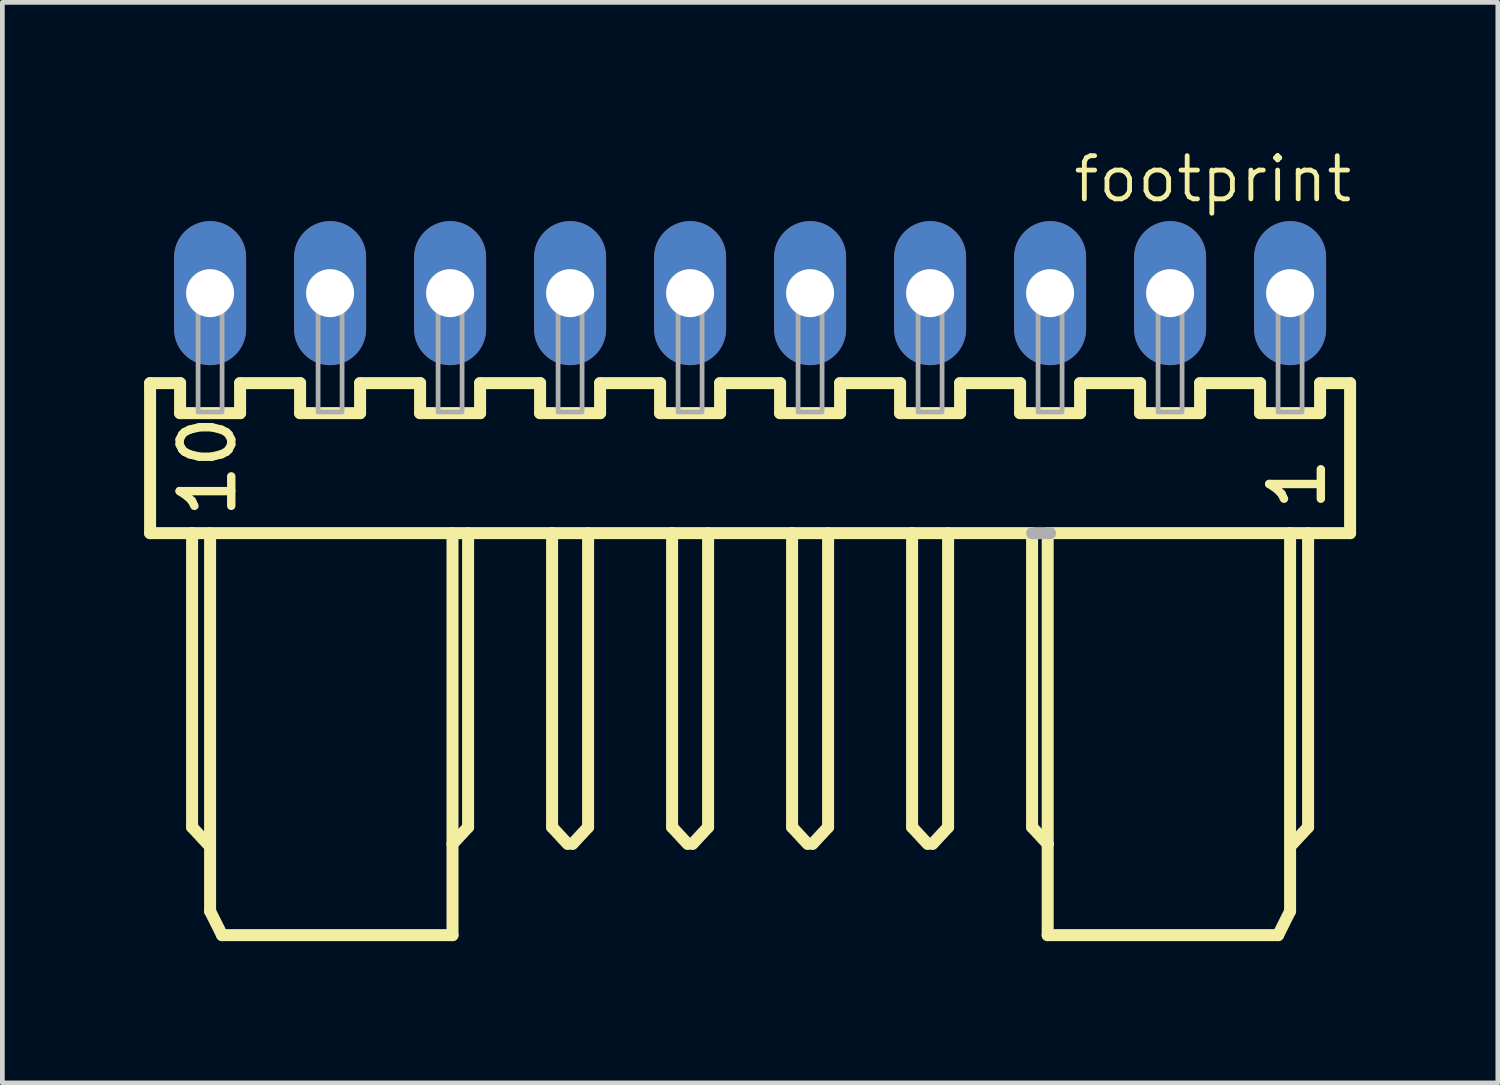
<source format=kicad_pcb>
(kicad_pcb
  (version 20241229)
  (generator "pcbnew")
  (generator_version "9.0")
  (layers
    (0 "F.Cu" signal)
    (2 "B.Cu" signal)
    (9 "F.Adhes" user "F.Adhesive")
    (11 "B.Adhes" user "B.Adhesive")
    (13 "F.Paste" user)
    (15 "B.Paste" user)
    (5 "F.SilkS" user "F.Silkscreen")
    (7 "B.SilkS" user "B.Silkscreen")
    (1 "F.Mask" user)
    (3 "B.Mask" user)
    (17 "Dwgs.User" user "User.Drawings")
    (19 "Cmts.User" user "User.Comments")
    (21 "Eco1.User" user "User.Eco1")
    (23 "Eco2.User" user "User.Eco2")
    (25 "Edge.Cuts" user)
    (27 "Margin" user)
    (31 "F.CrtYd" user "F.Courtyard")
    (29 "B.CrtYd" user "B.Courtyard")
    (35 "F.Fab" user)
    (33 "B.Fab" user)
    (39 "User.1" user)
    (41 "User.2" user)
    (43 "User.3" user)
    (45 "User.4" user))
  (footprint "footprint"
    (layer "F.Cu")
    (at 12.827 3.155)
    (property "Reference" "footprint" (at 12.8 -2.948 0) (layer "F.SilkS") (effects (font (size 0.914 0.914) (thickness 0.102)) (justify right top)))
    (fp_line (start -12.7 1.905) (end -12.7 5.08) (stroke (width 0.254) (type solid)) (layer "F.SilkS"))
    (fp_line (start -12.7 5.08) (end -11.811 5.08) (stroke (width 0.254) (type solid)) (layer "F.SilkS"))
    (fp_line (start -12.065 1.905) (end -12.7 1.905) (stroke (width 0.254) (type solid)) (layer "F.SilkS"))
    (fp_line (start -12.065 2.54) (end -12.065 1.905) (stroke (width 0.254) (type solid)) (layer "F.SilkS"))
    (fp_line (start -11.811 5.08) (end -11.811 11.303) (stroke (width 0.254) (type solid)) (layer "F.SilkS"))
    (fp_line (start -11.811 5.08) (end -4.191 5.08) (stroke (width 0.254) (type solid)) (layer "F.SilkS"))
    (fp_line (start -11.811 11.303) (end -11.481 11.659) (stroke (width 0.254) (type solid)) (layer "F.SilkS"))
    (fp_line (start -11.43 5.08) (end -11.43 13.081) (stroke (width 0.254) (type solid)) (layer "F.SilkS"))
    (fp_line (start -11.43 13.081) (end -11.176 13.589) (stroke (width 0.254) (type solid)) (layer "F.SilkS"))
    (fp_line (start -11.176 13.589) (end -6.299 13.589) (stroke (width 0.254) (type solid)) (layer "F.SilkS"))
    (fp_line (start -10.795 1.905) (end -10.795 2.54) (stroke (width 0.254) (type solid)) (layer "F.SilkS"))
    (fp_line (start -10.795 2.54) (end -12.065 2.54) (stroke (width 0.254) (type solid)) (layer "F.SilkS"))
    (fp_line (start -9.525 1.905) (end -10.795 1.905) (stroke (width 0.254) (type solid)) (layer "F.SilkS"))
    (fp_line (start -9.525 2.54) (end -9.525 1.905) (stroke (width 0.254) (type solid)) (layer "F.SilkS"))
    (fp_line (start -8.255 1.905) (end -8.255 2.54) (stroke (width 0.254) (type solid)) (layer "F.SilkS"))
    (fp_line (start -8.255 2.54) (end -9.525 2.54) (stroke (width 0.254) (type solid)) (layer "F.SilkS"))
    (fp_line (start -6.985 1.905) (end -8.255 1.905) (stroke (width 0.254) (type solid)) (layer "F.SilkS"))
    (fp_line (start -6.985 2.54) (end -6.985 1.905) (stroke (width 0.254) (type solid)) (layer "F.SilkS"))
    (fp_line (start -6.299 13.589) (end -6.299 5.08) (stroke (width 0.254) (type solid)) (layer "F.SilkS"))
    (fp_line (start -5.969 5.08) (end -5.969 11.303) (stroke (width 0.254) (type solid)) (layer "F.SilkS"))
    (fp_line (start -5.969 11.303) (end -6.299 11.659) (stroke (width 0.254) (type solid)) (layer "F.SilkS"))
    (fp_line (start -5.715 1.905) (end -5.715 2.54) (stroke (width 0.254) (type solid)) (layer "F.SilkS"))
    (fp_line (start -5.715 2.54) (end -6.985 2.54) (stroke (width 0.254) (type solid)) (layer "F.SilkS"))
    (fp_line (start -4.445 1.905) (end -5.715 1.905) (stroke (width 0.254) (type solid)) (layer "F.SilkS"))
    (fp_line (start -4.445 2.54) (end -4.445 1.905) (stroke (width 0.254) (type solid)) (layer "F.SilkS"))
    (fp_line (start -4.191 5.08) (end -4.191 11.303) (stroke (width 0.254) (type solid)) (layer "F.SilkS"))
    (fp_line (start -4.191 5.08) (end -1.651 5.08) (stroke (width 0.254) (type solid)) (layer "F.SilkS"))
    (fp_line (start -4.191 11.303) (end -3.861 11.659) (stroke (width 0.254) (type solid)) (layer "F.SilkS"))
    (fp_line (start -3.429 5.08) (end -3.429 11.303) (stroke (width 0.254) (type solid)) (layer "F.SilkS"))
    (fp_line (start -3.429 11.303) (end -3.759 11.659) (stroke (width 0.254) (type solid)) (layer "F.SilkS"))
    (fp_line (start -3.175 1.905) (end -3.175 2.54) (stroke (width 0.254) (type solid)) (layer "F.SilkS"))
    (fp_line (start -3.175 2.54) (end -4.445 2.54) (stroke (width 0.254) (type solid)) (layer "F.SilkS"))
    (fp_line (start -1.905 1.905) (end -3.175 1.905) (stroke (width 0.254) (type solid)) (layer "F.SilkS"))
    (fp_line (start -1.905 2.54) (end -1.905 1.905) (stroke (width 0.254) (type solid)) (layer "F.SilkS"))
    (fp_line (start -1.651 5.08) (end -1.651 11.303) (stroke (width 0.254) (type solid)) (layer "F.SilkS"))
    (fp_line (start -1.651 5.08) (end 0.889 5.08) (stroke (width 0.254) (type solid)) (layer "F.SilkS"))
    (fp_line (start -1.651 11.303) (end -1.321 11.659) (stroke (width 0.254) (type solid)) (layer "F.SilkS"))
    (fp_line (start -0.889 5.08) (end -0.889 11.303) (stroke (width 0.254) (type solid)) (layer "F.SilkS"))
    (fp_line (start -0.889 11.303) (end -1.219 11.659) (stroke (width 0.254) (type solid)) (layer "F.SilkS"))
    (fp_line (start -0.635 1.905) (end -0.635 2.54) (stroke (width 0.254) (type solid)) (layer "F.SilkS"))
    (fp_line (start -0.635 2.54) (end -1.905 2.54) (stroke (width 0.254) (type solid)) (layer "F.SilkS"))
    (fp_line (start 0.635 1.905) (end -0.635 1.905) (stroke (width 0.254) (type solid)) (layer "F.SilkS"))
    (fp_line (start 0.635 2.54) (end 0.635 1.905) (stroke (width 0.254) (type solid)) (layer "F.SilkS"))
    (fp_line (start 0.889 5.08) (end 0.889 11.303) (stroke (width 0.254) (type solid)) (layer "F.SilkS"))
    (fp_line (start 0.889 5.08) (end 3.429 5.08) (stroke (width 0.254) (type solid)) (layer "F.SilkS"))
    (fp_line (start 0.889 11.303) (end 1.219 11.659) (stroke (width 0.254) (type solid)) (layer "F.SilkS"))
    (fp_line (start 1.651 5.08) (end 1.651 11.303) (stroke (width 0.254) (type solid)) (layer "F.SilkS"))
    (fp_line (start 1.651 11.303) (end 1.321 11.659) (stroke (width 0.254) (type solid)) (layer "F.SilkS"))
    (fp_line (start 1.905 1.905) (end 1.905 2.54) (stroke (width 0.254) (type solid)) (layer "F.SilkS"))
    (fp_line (start 1.905 2.54) (end 0.635 2.54) (stroke (width 0.254) (type solid)) (layer "F.SilkS"))
    (fp_line (start 3.175 1.905) (end 1.905 1.905) (stroke (width 0.254) (type solid)) (layer "F.SilkS"))
    (fp_line (start 3.175 2.54) (end 3.175 1.905) (stroke (width 0.254) (type solid)) (layer "F.SilkS"))
    (fp_line (start 3.429 5.08) (end 3.429 11.303) (stroke (width 0.254) (type solid)) (layer "F.SilkS"))
    (fp_line (start 3.429 5.08) (end 5.969 5.08) (stroke (width 0.254) (type solid)) (layer "F.SilkS"))
    (fp_line (start 3.429 11.303) (end 3.759 11.659) (stroke (width 0.254) (type solid)) (layer "F.SilkS"))
    (fp_line (start 4.191 5.08) (end 4.191 11.303) (stroke (width 0.254) (type solid)) (layer "F.SilkS"))
    (fp_line (start 4.191 11.303) (end 3.861 11.659) (stroke (width 0.254) (type solid)) (layer "F.SilkS"))
    (fp_line (start 4.445 1.905) (end 4.445 2.54) (stroke (width 0.254) (type solid)) (layer "F.SilkS"))
    (fp_line (start 4.445 2.54) (end 3.175 2.54) (stroke (width 0.254) (type solid)) (layer "F.SilkS"))
    (fp_line (start 5.715 1.905) (end 4.445 1.905) (stroke (width 0.254) (type solid)) (layer "F.SilkS"))
    (fp_line (start 5.715 2.54) (end 5.715 1.905) (stroke (width 0.254) (type solid)) (layer "F.SilkS"))
    (fp_line (start 5.969 5.08) (end 5.969 11.303) (stroke (width 0.254) (type solid)) (layer "F.SilkS"))
    (fp_line (start 5.969 5.08) (end 6.299 5.08) (stroke (width 0.127) (type solid)) (layer "F.SilkS"))
    (fp_line (start 5.969 11.303) (end 6.299 11.659) (stroke (width 0.254) (type solid)) (layer "F.SilkS"))
    (fp_line (start 6.299 5.08) (end 11.43 5.08) (stroke (width 0.254) (type solid)) (layer "F.SilkS"))
    (fp_line (start 6.299 11.659) (end 6.299 5.08) (stroke (width 0.254) (type solid)) (layer "F.SilkS"))
    (fp_line (start 6.299 13.589) (end 6.299 11.659) (stroke (width 0.254) (type solid)) (layer "F.SilkS"))
    (fp_line (start 6.985 1.905) (end 6.985 2.54) (stroke (width 0.254) (type solid)) (layer "F.SilkS"))
    (fp_line (start 6.985 2.54) (end 5.715 2.54) (stroke (width 0.254) (type solid)) (layer "F.SilkS"))
    (fp_line (start 8.255 1.905) (end 6.985 1.905) (stroke (width 0.254) (type solid)) (layer "F.SilkS"))
    (fp_line (start 8.255 2.54) (end 8.255 1.905) (stroke (width 0.254) (type solid)) (layer "F.SilkS"))
    (fp_line (start 9.525 1.905) (end 9.525 2.54) (stroke (width 0.254) (type solid)) (layer "F.SilkS"))
    (fp_line (start 9.525 2.54) (end 8.255 2.54) (stroke (width 0.254) (type solid)) (layer "F.SilkS"))
    (fp_line (start 10.795 1.905) (end 9.525 1.905) (stroke (width 0.254) (type solid)) (layer "F.SilkS"))
    (fp_line (start 10.795 2.54) (end 10.795 1.905) (stroke (width 0.254) (type solid)) (layer "F.SilkS"))
    (fp_line (start 11.176 13.589) (end 6.299 13.589) (stroke (width 0.254) (type solid)) (layer "F.SilkS"))
    (fp_line (start 11.43 5.08) (end 11.43 13.081) (stroke (width 0.254) (type solid)) (layer "F.SilkS"))
    (fp_line (start 11.43 5.08) (end 12.7 5.08) (stroke (width 0.254) (type solid)) (layer "F.SilkS"))
    (fp_line (start 11.43 13.081) (end 11.176 13.589) (stroke (width 0.254) (type solid)) (layer "F.SilkS"))
    (fp_line (start 11.811 5.08) (end 11.811 11.303) (stroke (width 0.254) (type solid)) (layer "F.SilkS"))
    (fp_line (start 11.811 11.303) (end 11.481 11.659) (stroke (width 0.254) (type solid)) (layer "F.SilkS"))
    (fp_line (start 12.065 1.905) (end 12.065 2.54) (stroke (width 0.254) (type solid)) (layer "F.SilkS"))
    (fp_line (start 12.065 2.54) (end 10.795 2.54) (stroke (width 0.254) (type solid)) (layer "F.SilkS"))
    (fp_line (start 12.7 1.905) (end 12.065 1.905) (stroke (width 0.254) (type solid)) (layer "F.SilkS"))
    (fp_line (start 12.7 5.08) (end 12.7 1.905) (stroke (width 0.254) (type solid)) (layer "F.SilkS"))
    (fp_line (start 6.35 5.08) (end 5.969 5.08) (stroke (width 0.254) (type solid)) (layer "F.Fab"))
    (fp_poly (pts (xy -11.684 0.254) (xy -11.176 0.254) (xy -11.176 -0.254) (xy -11.684 -0.254)) (stroke (width 0.1) (type solid)) (fill no) (layer "F.Fab"))
    (fp_poly (pts (xy -11.684 2.515) (xy -11.176 2.515) (xy -11.176 0.279) (xy -11.684 0.279)) (stroke (width 0.1) (type solid)) (fill no) (layer "F.Fab"))
    (fp_poly (pts (xy -9.144 0.254) (xy -8.636 0.254) (xy -8.636 -0.254) (xy -9.144 -0.254)) (stroke (width 0.1) (type solid)) (fill no) (layer "F.Fab"))
    (fp_poly (pts (xy -9.144 2.515) (xy -8.636 2.515) (xy -8.636 0.279) (xy -9.144 0.279)) (stroke (width 0.1) (type solid)) (fill no) (layer "F.Fab"))
    (fp_poly (pts (xy -6.604 0.254) (xy -6.096 0.254) (xy -6.096 -0.254) (xy -6.604 -0.254)) (stroke (width 0.1) (type solid)) (fill no) (layer "F.Fab"))
    (fp_poly (pts (xy -6.604 2.515) (xy -6.096 2.515) (xy -6.096 0.279) (xy -6.604 0.279)) (stroke (width 0.1) (type solid)) (fill no) (layer "F.Fab"))
    (fp_poly (pts (xy -4.064 0.254) (xy -3.556 0.254) (xy -3.556 -0.254) (xy -4.064 -0.254)) (stroke (width 0.1) (type solid)) (fill no) (layer "F.Fab"))
    (fp_poly (pts (xy -4.064 2.515) (xy -3.556 2.515) (xy -3.556 0.279) (xy -4.064 0.279)) (stroke (width 0.1) (type solid)) (fill no) (layer "F.Fab"))
    (fp_poly (pts (xy -1.524 0.254) (xy -1.016 0.254) (xy -1.016 -0.254) (xy -1.524 -0.254)) (stroke (width 0.1) (type solid)) (fill no) (layer "F.Fab"))
    (fp_poly (pts (xy -1.524 2.515) (xy -1.016 2.515) (xy -1.016 0.279) (xy -1.524 0.279)) (stroke (width 0.1) (type solid)) (fill no) (layer "F.Fab"))
    (fp_poly (pts (xy 1.016 0.254) (xy 1.524 0.254) (xy 1.524 -0.254) (xy 1.016 -0.254)) (stroke (width 0.1) (type solid)) (fill no) (layer "F.Fab"))
    (fp_poly (pts (xy 1.016 2.515) (xy 1.524 2.515) (xy 1.524 0.279) (xy 1.016 0.279)) (stroke (width 0.1) (type solid)) (fill no) (layer "F.Fab"))
    (fp_poly (pts (xy 3.556 0.254) (xy 4.064 0.254) (xy 4.064 -0.254) (xy 3.556 -0.254)) (stroke (width 0.1) (type solid)) (fill no) (layer "F.Fab"))
    (fp_poly (pts (xy 3.556 2.515) (xy 4.064 2.515) (xy 4.064 0.279) (xy 3.556 0.279)) (stroke (width 0.1) (type solid)) (fill no) (layer "F.Fab"))
    (fp_poly (pts (xy 6.096 0.254) (xy 6.604 0.254) (xy 6.604 -0.254) (xy 6.096 -0.254)) (stroke (width 0.1) (type solid)) (fill no) (layer "F.Fab"))
    (fp_poly (pts (xy 6.096 2.515) (xy 6.604 2.515) (xy 6.604 0.279) (xy 6.096 0.279)) (stroke (width 0.1) (type solid)) (fill no) (layer "F.Fab"))
    (fp_poly (pts (xy 8.636 0.254) (xy 9.144 0.254) (xy 9.144 -0.254) (xy 8.636 -0.254)) (stroke (width 0.1) (type solid)) (fill no) (layer "F.Fab"))
    (fp_poly (pts (xy 8.636 2.515) (xy 9.144 2.515) (xy 9.144 0.279) (xy 8.636 0.279)) (stroke (width 0.1) (type solid)) (fill no) (layer "F.Fab"))
    (fp_poly (pts (xy 11.176 0.254) (xy 11.684 0.254) (xy 11.684 -0.254) (xy 11.176 -0.254)) (stroke (width 0.1) (type solid)) (fill no) (layer "F.Fab"))
    (fp_poly (pts (xy 11.176 2.515) (xy 11.684 2.515) (xy 11.684 0.279) (xy 11.176 0.279)) (stroke (width 0.1) (type solid)) (fill no) (layer "F.Fab"))
    (fp_text user "1" (at 10.946 3.402 90) (layer "F.SilkS") (effects (font (size 1.092 1.092) (thickness 0.178)) (justify right top)))
    (fp_text user "10" (at -12.117 2.513 90) (layer "F.SilkS") (effects (font (size 1.092 1.092) (thickness 0.178)) (justify right top)))
    (pad "1" thru_hole oval (at 11.43 0 90) (size 3.048 1.524) (drill 1.016) (layers "*.Cu" "*.Mask"))
    (pad "2" thru_hole oval (at 8.89 0 90) (size 3.048 1.524) (drill 1.016) (layers "*.Cu" "*.Mask"))
    (pad "3" thru_hole oval (at 6.35 0 90) (size 3.048 1.524) (drill 1.016) (layers "*.Cu" "*.Mask"))
    (pad "4" thru_hole oval (at 3.81 0 90) (size 3.048 1.524) (drill 1.016) (layers "*.Cu" "*.Mask"))
    (pad "5" thru_hole oval (at 1.27 0 90) (size 3.048 1.524) (drill 1.016) (layers "*.Cu" "*.Mask"))
    (pad "6" thru_hole oval (at -1.27 0 90) (size 3.048 1.524) (drill 1.016) (layers "*.Cu" "*.Mask"))
    (pad "7" thru_hole oval (at -3.81 0 90) (size 3.048 1.524) (drill 1.016) (layers "*.Cu" "*.Mask"))
    (pad "8" thru_hole oval (at -6.35 0 90) (size 3.048 1.524) (drill 1.016) (layers "*.Cu" "*.Mask"))
    (pad "9" thru_hole oval (at -8.89 0 90) (size 3.048 1.524) (drill 1.016) (layers "*.Cu" "*.Mask"))
    (pad "10" thru_hole oval (at -11.43 0 90) (size 3.048 1.524) (drill 1.016) (layers "*.Cu" "*.Mask")))
  (gr_rect
    (start -3 -3)
    (end 28.654 19.871)
    (stroke (width 0.1) (type default))
    (fill no)
    (layer "Edge.Cuts")))
</source>
